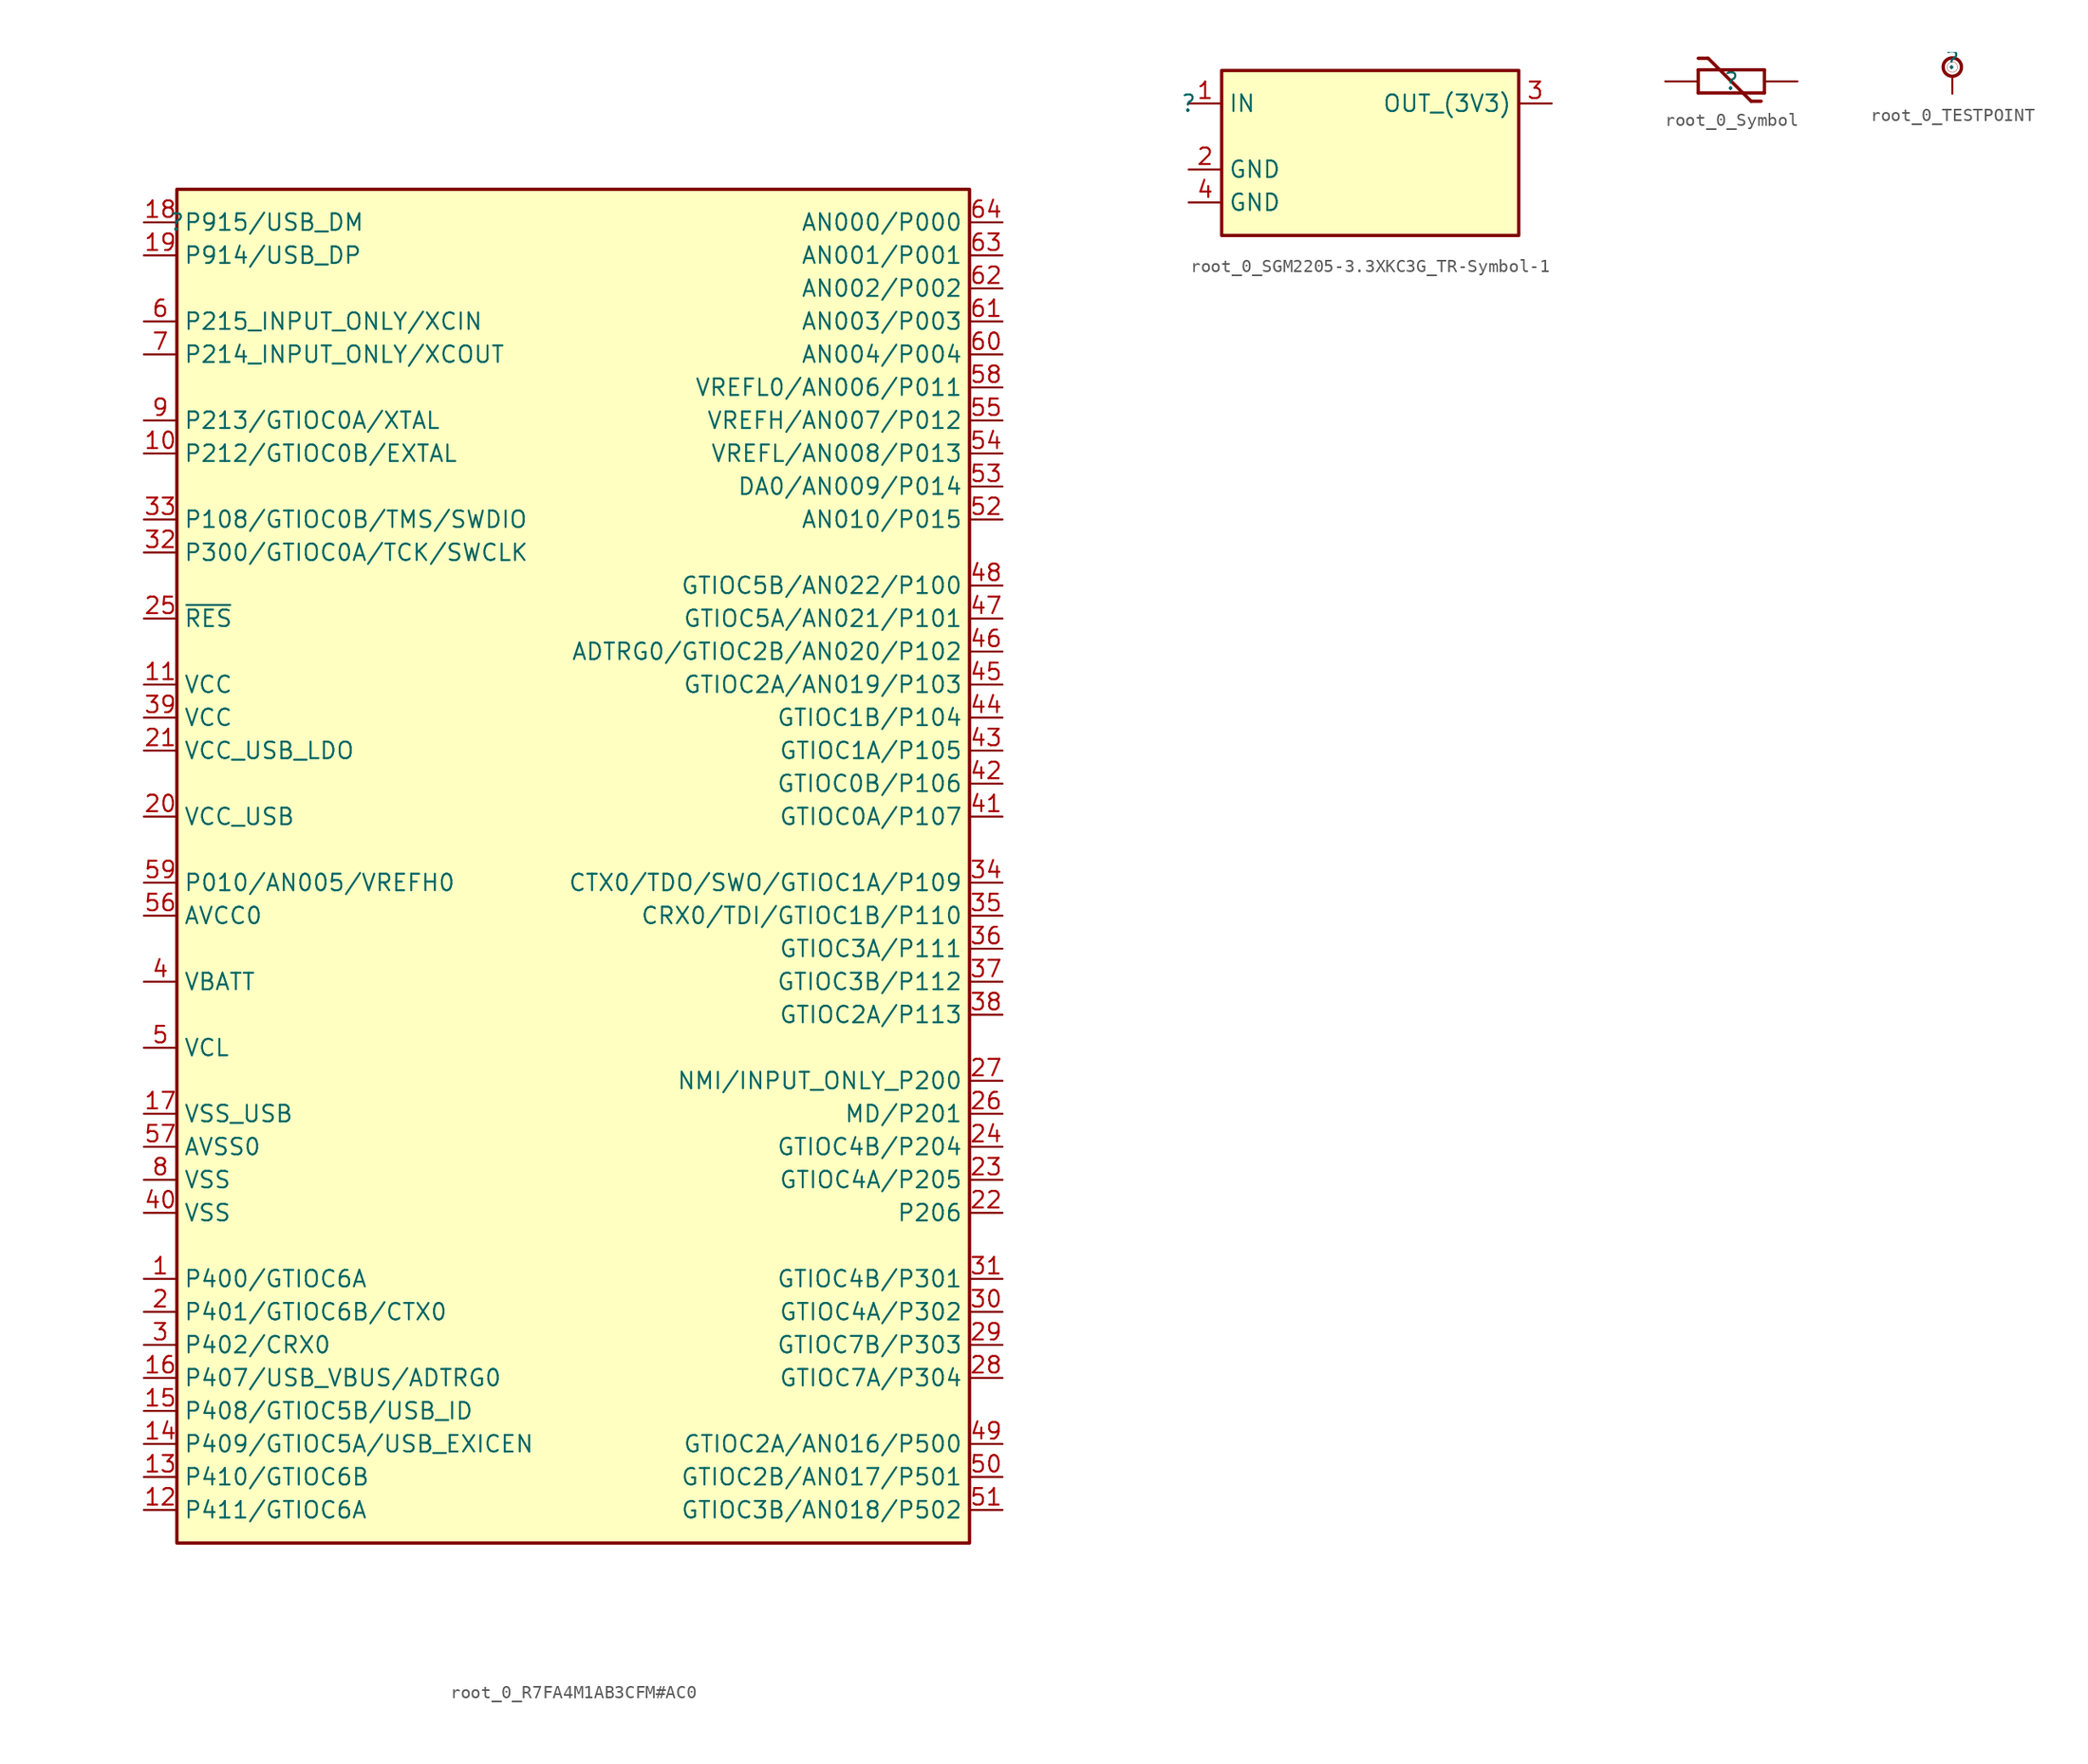
<source format=kicad_sym>
(kicad_symbol_lib
  (version 20231120)
  (generator "kicad_symbol_editor")
  (generator_version "8.0")
  (symbol "root_0_R7FA4M1AB3CFM#AC0"
    (property "Reference" ""
      (at 0 0 0)
      (effects (font (size 1.27 1.27))))
    (property "Value" ""
      (at 0 0 0)
      (effects (font (size 1.27 1.27))))
    (symbol "root_0_R7FA4M1AB3CFM#AC0_1_0"
      (rectangle (start 60.96 2.54) (end 0 -101.6) (stroke (width 0.254) (type solid) (color 128 0 0 1)) (fill (type background)))
      (pin passive line (at -2.54 -81.28 0) (length 2.54) (name "P400/GTIOC6A" (effects (font (size 1.27 1.27)))) (number "1" (effects (font (size 1.27 1.27)))))
      (pin passive line (at -2.54 -17.78 0) (length 2.54) (name "P212/GTIOC0B/EXTAL" (effects (font (size 1.27 1.27)))) (number "10" (effects (font (size 1.27 1.27)))))
      (pin passive line (at -2.54 -35.56 0) (length 2.54) (name "VCC" (effects (font (size 1.27 1.27)))) (number "11" (effects (font (size 1.27 1.27)))))
      (pin passive line (at -2.54 -99.06 0) (length 2.54) (name "P411/GTIOC6A" (effects (font (size 1.27 1.27)))) (number "12" (effects (font (size 1.27 1.27)))))
      (pin passive line (at -2.54 -96.52 0) (length 2.54) (name "P410/GTIOC6B" (effects (font (size 1.27 1.27)))) (number "13" (effects (font (size 1.27 1.27)))))
      (pin passive line (at -2.54 -93.98 0) (length 2.54) (name "P409/GTIOC5A/USB_EXICEN" (effects (font (size 1.27 1.27)))) (number "14" (effects (font (size 1.27 1.27)))))
      (pin passive line (at -2.54 -91.44 0) (length 2.54) (name "P408/GTIOC5B/USB_ID" (effects (font (size 1.27 1.27)))) (number "15" (effects (font (size 1.27 1.27)))))
      (pin passive line (at -2.54 -88.9 0) (length 2.54) (name "P407/USB_VBUS/ADTRG0" (effects (font (size 1.27 1.27)))) (number "16" (effects (font (size 1.27 1.27)))))
      (pin passive line (at -2.54 -68.58 0) (length 2.54) (name "VSS_USB" (effects (font (size 1.27 1.27)))) (number "17" (effects (font (size 1.27 1.27)))))
      (pin passive line (at -2.54 0 0) (length 2.54) (name "P915/USB_DM" (effects (font (size 1.27 1.27)))) (number "18" (effects (font (size 1.27 1.27)))))
      (pin passive line (at -2.54 -2.54 0) (length 2.54) (name "P914/USB_DP" (effects (font (size 1.27 1.27)))) (number "19" (effects (font (size 1.27 1.27)))))
      (pin passive line (at -2.54 -83.82 0) (length 2.54) (name "P401/GTIOC6B/CTX0" (effects (font (size 1.27 1.27)))) (number "2" (effects (font (size 1.27 1.27)))))
      (pin passive line (at -2.54 -45.72 0) (length 2.54) (name "VCC_USB" (effects (font (size 1.27 1.27)))) (number "20" (effects (font (size 1.27 1.27)))))
      (pin passive line (at -2.54 -40.64 0) (length 2.54) (name "VCC_USB_LDO" (effects (font (size 1.27 1.27)))) (number "21" (effects (font (size 1.27 1.27)))))
      (pin passive line (at 63.5 -76.2 180) (length 2.54) (name "P206" (effects (font (size 1.27 1.27)))) (number "22" (effects (font (size 1.27 1.27)))))
      (pin passive line (at 63.5 -73.66 180) (length 2.54) (name "GTIOC4A/P205" (effects (font (size 1.27 1.27)))) (number "23" (effects (font (size 1.27 1.27)))))
      (pin passive line (at 63.5 -71.12 180) (length 2.54) (name "GTIOC4B/P204" (effects (font (size 1.27 1.27)))) (number "24" (effects (font (size 1.27 1.27)))))
      (pin passive line (at -2.54 -30.48 0) (length 2.54) (name "~{RES}" (effects (font (size 1.27 1.27)))) (number "25" (effects (font (size 1.27 1.27)))))
      (pin passive line (at 63.5 -68.58 180) (length 2.54) (name "MD/P201" (effects (font (size 1.27 1.27)))) (number "26" (effects (font (size 1.27 1.27)))))
      (pin passive line (at 63.5 -66.04 180) (length 2.54) (name "NMI/INPUT_ONLY_P200" (effects (font (size 1.27 1.27)))) (number "27" (effects (font (size 1.27 1.27)))))
      (pin passive line (at 63.5 -88.9 180) (length 2.54) (name "GTIOC7A/P304" (effects (font (size 1.27 1.27)))) (number "28" (effects (font (size 1.27 1.27)))))
      (pin passive line (at 63.5 -86.36 180) (length 2.54) (name "GTIOC7B/P303" (effects (font (size 1.27 1.27)))) (number "29" (effects (font (size 1.27 1.27)))))
      (pin passive line (at -2.54 -86.36 0) (length 2.54) (name "P402/CRX0" (effects (font (size 1.27 1.27)))) (number "3" (effects (font (size 1.27 1.27)))))
      (pin passive line (at 63.5 -83.82 180) (length 2.54) (name "GTIOC4A/P302" (effects (font (size 1.27 1.27)))) (number "30" (effects (font (size 1.27 1.27)))))
      (pin passive line (at 63.5 -81.28 180) (length 2.54) (name "GTIOC4B/P301" (effects (font (size 1.27 1.27)))) (number "31" (effects (font (size 1.27 1.27)))))
      (pin passive line (at -2.54 -25.4 0) (length 2.54) (name "P300/GTIOC0A/TCK/SWCLK" (effects (font (size 1.27 1.27)))) (number "32" (effects (font (size 1.27 1.27)))))
      (pin passive line (at -2.54 -22.86 0) (length 2.54) (name "P108/GTIOC0B/TMS/SWDIO" (effects (font (size 1.27 1.27)))) (number "33" (effects (font (size 1.27 1.27)))))
      (pin passive line (at 63.5 -50.8 180) (length 2.54) (name "CTX0/TDO/SWO/GTIOC1A/P109" (effects (font (size 1.27 1.27)))) (number "34" (effects (font (size 1.27 1.27)))))
      (pin passive line (at 63.5 -53.34 180) (length 2.54) (name "CRX0/TDI/GTIOC1B/P110" (effects (font (size 1.27 1.27)))) (number "35" (effects (font (size 1.27 1.27)))))
      (pin passive line (at 63.5 -55.88 180) (length 2.54) (name "GTIOC3A/P111" (effects (font (size 1.27 1.27)))) (number "36" (effects (font (size 1.27 1.27)))))
      (pin passive line (at 63.5 -58.42 180) (length 2.54) (name "GTIOC3B/P112" (effects (font (size 1.27 1.27)))) (number "37" (effects (font (size 1.27 1.27)))))
      (pin passive line (at 63.5 -60.96 180) (length 2.54) (name "GTIOC2A/P113" (effects (font (size 1.27 1.27)))) (number "38" (effects (font (size 1.27 1.27)))))
      (pin passive line (at -2.54 -38.1 0) (length 2.54) (name "VCC" (effects (font (size 1.27 1.27)))) (number "39" (effects (font (size 1.27 1.27)))))
      (pin passive line (at -2.54 -58.42 0) (length 2.54) (name "VBATT" (effects (font (size 1.27 1.27)))) (number "4" (effects (font (size 1.27 1.27)))))
      (pin passive line (at -2.54 -76.2 0) (length 2.54) (name "VSS" (effects (font (size 1.27 1.27)))) (number "40" (effects (font (size 1.27 1.27)))))
      (pin passive line (at 63.5 -45.72 180) (length 2.54) (name "GTIOC0A/P107" (effects (font (size 1.27 1.27)))) (number "41" (effects (font (size 1.27 1.27)))))
      (pin passive line (at 63.5 -43.18 180) (length 2.54) (name "GTIOC0B/P106" (effects (font (size 1.27 1.27)))) (number "42" (effects (font (size 1.27 1.27)))))
      (pin passive line (at 63.5 -40.64 180) (length 2.54) (name "GTIOC1A/P105" (effects (font (size 1.27 1.27)))) (number "43" (effects (font (size 1.27 1.27)))))
      (pin passive line (at 63.5 -38.1 180) (length 2.54) (name "GTIOC1B/P104" (effects (font (size 1.27 1.27)))) (number "44" (effects (font (size 1.27 1.27)))))
      (pin passive line (at 63.5 -35.56 180) (length 2.54) (name "GTIOC2A/AN019/P103" (effects (font (size 1.27 1.27)))) (number "45" (effects (font (size 1.27 1.27)))))
      (pin passive line (at 63.5 -33.02 180) (length 2.54) (name "ADTRG0/GTIOC2B/AN020/P102" (effects (font (size 1.27 1.27)))) (number "46" (effects (font (size 1.27 1.27)))))
      (pin passive line (at 63.5 -30.48 180) (length 2.54) (name "GTIOC5A/AN021/P101" (effects (font (size 1.27 1.27)))) (number "47" (effects (font (size 1.27 1.27)))))
      (pin passive line (at 63.5 -27.94 180) (length 2.54) (name "GTIOC5B/AN022/P100" (effects (font (size 1.27 1.27)))) (number "48" (effects (font (size 1.27 1.27)))))
      (pin passive line (at 63.5 -93.98 180) (length 2.54) (name "GTIOC2A/AN016/P500" (effects (font (size 1.27 1.27)))) (number "49" (effects (font (size 1.27 1.27)))))
      (pin passive line (at -2.54 -63.5 0) (length 2.54) (name "VCL" (effects (font (size 1.27 1.27)))) (number "5" (effects (font (size 1.27 1.27)))))
      (pin passive line (at 63.5 -96.52 180) (length 2.54) (name "GTIOC2B/AN017/P501" (effects (font (size 1.27 1.27)))) (number "50" (effects (font (size 1.27 1.27)))))
      (pin passive line (at 63.5 -99.06 180) (length 2.54) (name "GTIOC3B/AN018/P502" (effects (font (size 1.27 1.27)))) (number "51" (effects (font (size 1.27 1.27)))))
      (pin passive line (at 63.5 -22.86 180) (length 2.54) (name "AN010/P015" (effects (font (size 1.27 1.27)))) (number "52" (effects (font (size 1.27 1.27)))))
      (pin passive line (at 63.5 -20.32 180) (length 2.54) (name "DA0/AN009/P014" (effects (font (size 1.27 1.27)))) (number "53" (effects (font (size 1.27 1.27)))))
      (pin passive line (at 63.5 -17.78 180) (length 2.54) (name "VREFL/AN008/P013" (effects (font (size 1.27 1.27)))) (number "54" (effects (font (size 1.27 1.27)))))
      (pin passive line (at 63.5 -15.24 180) (length 2.54) (name "VREFH/AN007/P012" (effects (font (size 1.27 1.27)))) (number "55" (effects (font (size 1.27 1.27)))))
      (pin passive line (at -2.54 -53.34 0) (length 2.54) (name "AVCC0" (effects (font (size 1.27 1.27)))) (number "56" (effects (font (size 1.27 1.27)))))
      (pin passive line (at -2.54 -71.12 0) (length 2.54) (name "AVSS0" (effects (font (size 1.27 1.27)))) (number "57" (effects (font (size 1.27 1.27)))))
      (pin passive line (at 63.5 -12.7 180) (length 2.54) (name "VREFL0/AN006/P011" (effects (font (size 1.27 1.27)))) (number "58" (effects (font (size 1.27 1.27)))))
      (pin passive line (at -2.54 -50.8 0) (length 2.54) (name "P010/AN005/VREFH0" (effects (font (size 1.27 1.27)))) (number "59" (effects (font (size 1.27 1.27)))))
      (pin passive line (at -2.54 -7.62 0) (length 2.54) (name "P215_INPUT_ONLY/XCIN" (effects (font (size 1.27 1.27)))) (number "6" (effects (font (size 1.27 1.27)))))
      (pin passive line (at 63.5 -10.16 180) (length 2.54) (name "AN004/P004" (effects (font (size 1.27 1.27)))) (number "60" (effects (font (size 1.27 1.27)))))
      (pin passive line (at 63.5 -7.62 180) (length 2.54) (name "AN003/P003" (effects (font (size 1.27 1.27)))) (number "61" (effects (font (size 1.27 1.27)))))
      (pin passive line (at 63.5 -5.08 180) (length 2.54) (name "AN002/P002" (effects (font (size 1.27 1.27)))) (number "62" (effects (font (size 1.27 1.27)))))
      (pin passive line (at 63.5 -2.54 180) (length 2.54) (name "AN001/P001" (effects (font (size 1.27 1.27)))) (number "63" (effects (font (size 1.27 1.27)))))
      (pin passive line (at 63.5 0 180) (length 2.54) (name "AN000/P000" (effects (font (size 1.27 1.27)))) (number "64" (effects (font (size 1.27 1.27)))))
      (pin passive line (at -2.54 -10.16 0) (length 2.54) (name "P214_INPUT_ONLY/XCOUT" (effects (font (size 1.27 1.27)))) (number "7" (effects (font (size 1.27 1.27)))))
      (pin passive line (at -2.54 -73.66 0) (length 2.54) (name "VSS" (effects (font (size 1.27 1.27)))) (number "8" (effects (font (size 1.27 1.27)))))
      (pin passive line (at -2.54 -15.24 0) (length 2.54) (name "P213/GTIOC0A/XTAL" (effects (font (size 1.27 1.27)))) (number "9" (effects (font (size 1.27 1.27)))))))
  (symbol "root_0_SGM2205-3.3XKC3G_TR-Symbol-1"
    (property "Reference" ""
      (at 0 0 0)
      (effects (font (size 1.27 1.27))))
    (property "Value" ""
      (at 0 0 0)
      (effects (font (size 1.27 1.27))))
    (symbol "root_0_SGM2205-3.3XKC3G_TR-Symbol-1_1_0"
      (rectangle (start 25.4 2.54) (end 2.54 -10.16) (stroke (width 0.254) (type solid) (color 128 0 0 1)) (fill (type background)))
      (pin passive line (at 0 0 0) (length 2.54) (name "IN" (effects (font (size 1.27 1.27)))) (number "1" (effects (font (size 1.27 1.27)))))
      (pin passive line (at 0 -5.08 0) (length 2.54) (name "GND" (effects (font (size 1.27 1.27)))) (number "2" (effects (font (size 1.27 1.27)))))
      (pin passive line (at 27.94 0 180) (length 2.54) (name "OUT_(3V3)" (effects (font (size 1.27 1.27)))) (number "3" (effects (font (size 1.27 1.27)))))
      (pin passive line (at 0 -7.62 0) (length 2.54) (name "GND" (effects (font (size 1.27 1.27)))) (number "4" (effects (font (size 1.27 1.27)))))))
  (symbol "root_0_Symbol"
    (property "Reference" ""
      (at 0 0 0)
      (effects (font (size 1.27 1.27))))
    (property "Value" ""
      (at 0 0 0)
      (effects (font (size 1.27 1.27))))
    (symbol "root_0_Symbol_1_0"
      (polyline (pts (xy -2.54 0.889) (xy -2.54 -0.889)) (stroke (width 0.254) (type solid)) (fill (type none)))
      (polyline (pts (xy -2.54 0.889) (xy 2.54 0.889)) (stroke (width 0.254) (type solid)) (fill (type none)))
      (polyline (pts (xy -2.54 1.778) (xy -1.778 1.778)) (stroke (width 0.254) (type solid)) (fill (type none)))
      (polyline (pts (xy -1.778 1.778) (xy 1.524 -1.524)) (stroke (width 0.254) (type solid)) (fill (type none)))
      (polyline (pts (xy 1.524 -1.524) (xy 2.286 -1.524)) (stroke (width 0.254) (type solid)) (fill (type none)))
      (polyline (pts (xy 2.54 -0.889) (xy -2.54 -0.889)) (stroke (width 0.254) (type solid)) (fill (type none)))
      (polyline (pts (xy 2.54 0.889) (xy 2.54 -0.889)) (stroke (width 0.254) (type solid)) (fill (type none)))
      (pin passive line (at -5.08 0 0) (length 2.54) (name "1" (effects (font (size 0 0)))) (number "1" (effects (font (size 0 0)))))
      (pin passive line (at 5.08 0 180) (length 2.54) (name "2" (effects (font (size 0 0)))) (number "2" (effects (font (size 0 0)))))))
  (symbol "root_0_TESTPOINT"
    (property "Reference" ""
      (at 0 0 0)
      (effects (font (size 1.27 1.27))))
    (property "Value" ""
      (at 0 0 0)
      (effects (font (size 1.27 1.27))))
    (symbol "root_0_TESTPOINT_1_0"
      (circle (center 0 -0.508) (radius 0.4) (stroke (width 0.025) (type solid)) (fill (type none)))
      (circle (center 0 -0.508) (radius 0.7) (stroke (width 0.254) (type solid)) (fill (type none)))
      (pin passive line (at 0 -2.54 90) (length 1.27) (name "X" (effects (font (size 0 0)))) (number "X" (effects (font (size 0 0))))))))
</source>
